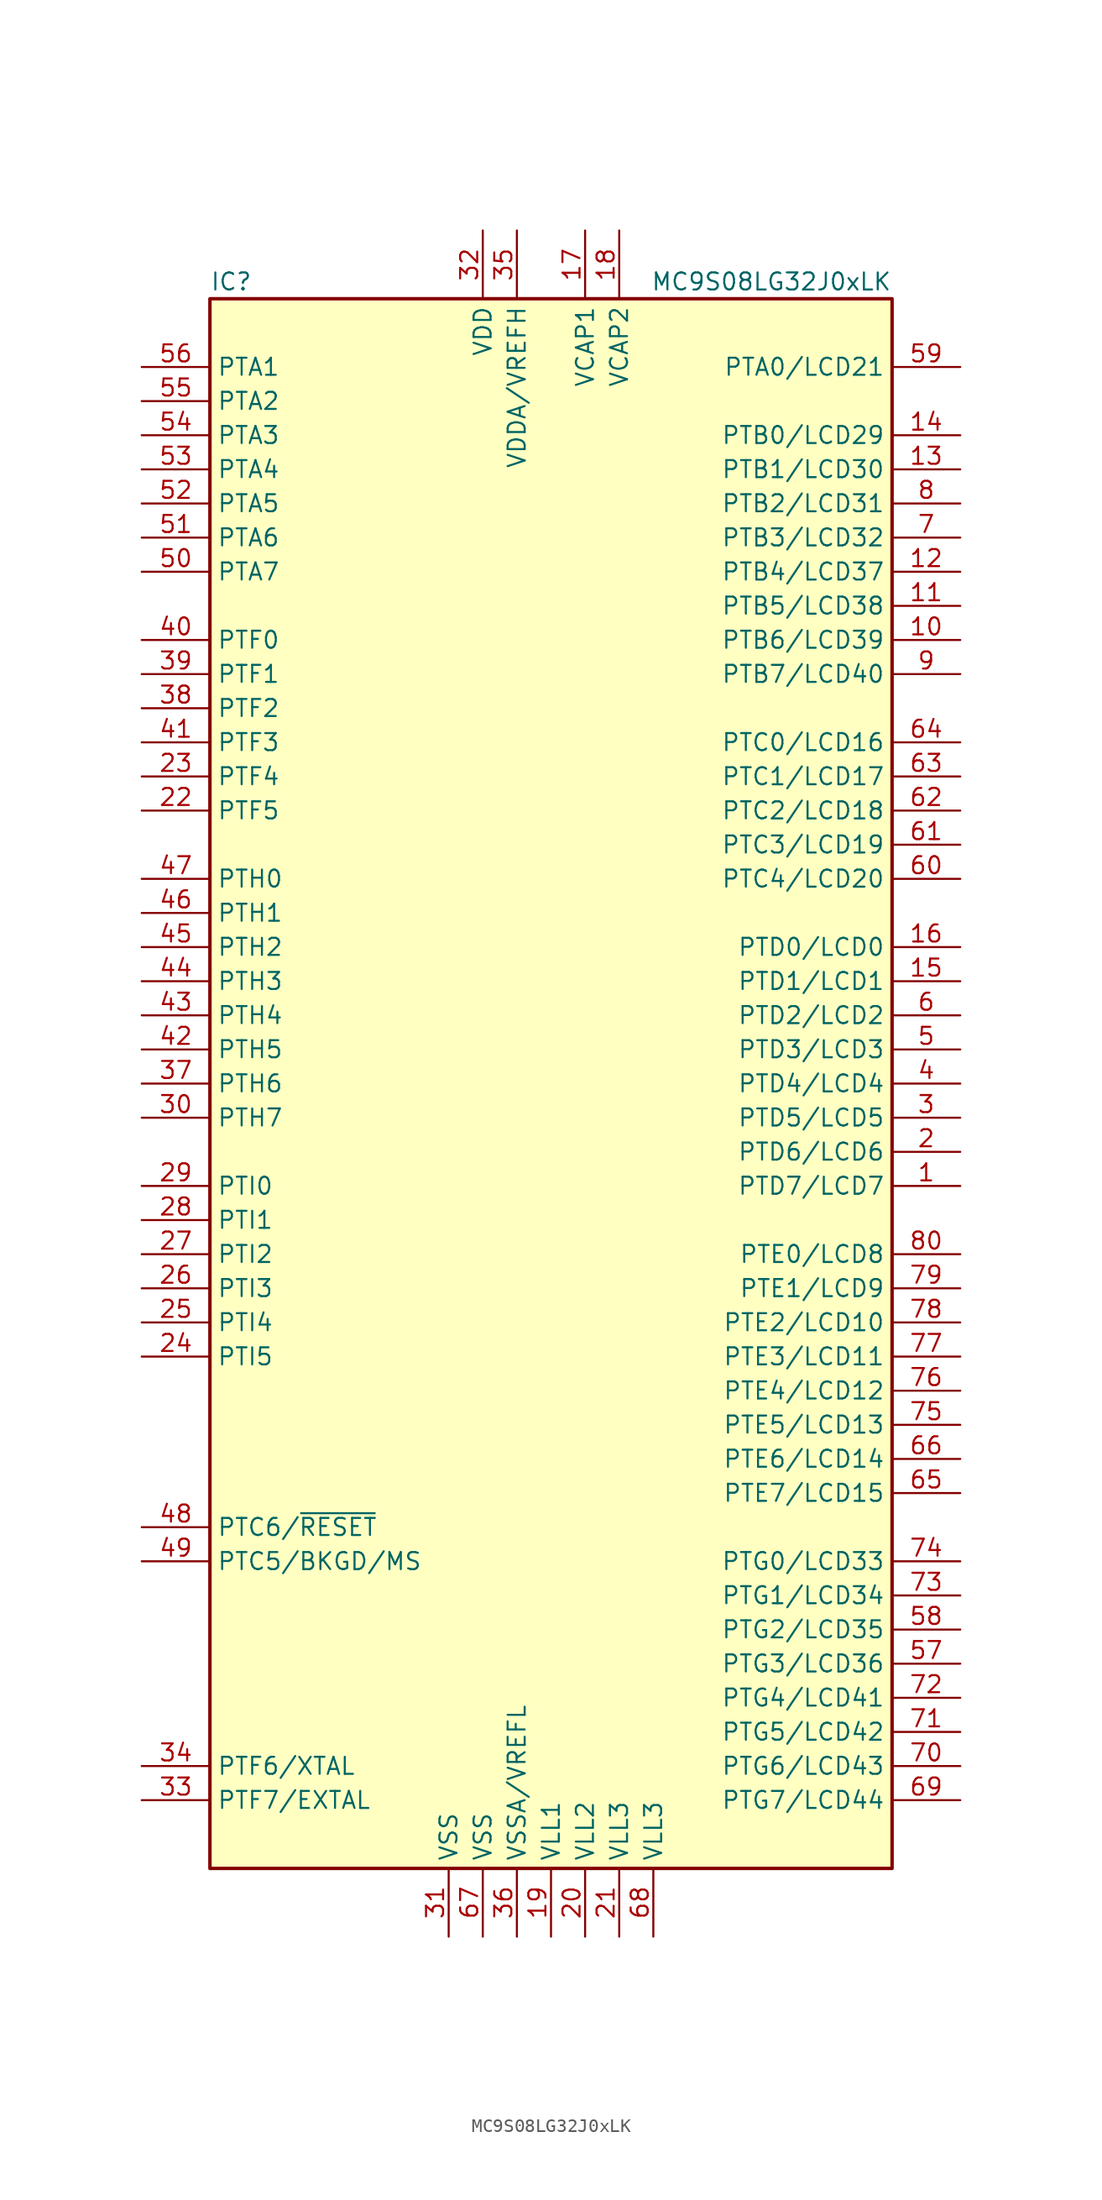
<source format=kicad_sym>
(kicad_symbol_lib
  (version 20201005)
  (generator kicad_symbol_editor)
  (symbol "MC9S08LG32J0xLK"
    (property "Reference" "IC"
      (at -25.4 59.69 0)
      (effects (font (size 1.27 1.27)) (justify left)))
    (property "Value" "MC9S08LG32J0xLK"
      (at 25.4 59.69 0)
      (effects (font (size 1.27 1.27)) (justify right)))
    (symbol "MC9S08LG32J0xLK_0_1"
      (rectangle (start -25.4 58.42) (end 25.4 -58.42) (stroke (width 0.254)) (fill (type background))))
    (symbol "MC9S08LG32J0xLK_1_1"
      (pin bidirectional line (at 30.48 -7.62 180) (length 5.08) (name "PTD7/LCD7" (effects (font (size 1.27 1.27)))) (number "1" (effects (font (size 1.27 1.27)))))
      (pin bidirectional line (at 30.48 33.02 180) (length 5.08) (name "PTB6/LCD39" (effects (font (size 1.27 1.27)))) (number "10" (effects (font (size 1.27 1.27)))))
      (pin bidirectional line (at 30.48 35.56 180) (length 5.08) (name "PTB5/LCD38" (effects (font (size 1.27 1.27)))) (number "11" (effects (font (size 1.27 1.27)))))
      (pin bidirectional line (at 30.48 38.1 180) (length 5.08) (name "PTB4/LCD37" (effects (font (size 1.27 1.27)))) (number "12" (effects (font (size 1.27 1.27)))))
      (pin bidirectional line (at 30.48 45.72 180) (length 5.08) (name "PTB1/LCD30" (effects (font (size 1.27 1.27)))) (number "13" (effects (font (size 1.27 1.27)))))
      (pin bidirectional line (at 30.48 48.26 180) (length 5.08) (name "PTB0/LCD29" (effects (font (size 1.27 1.27)))) (number "14" (effects (font (size 1.27 1.27)))))
      (pin bidirectional line (at 30.48 7.62 180) (length 5.08) (name "PTD1/LCD1" (effects (font (size 1.27 1.27)))) (number "15" (effects (font (size 1.27 1.27)))))
      (pin bidirectional line (at 30.48 10.16 180) (length 5.08) (name "PTD0/LCD0" (effects (font (size 1.27 1.27)))) (number "16" (effects (font (size 1.27 1.27)))))
      (pin power_in line (at 2.54 63.5 270) (length 5.08) (name "VCAP1" (effects (font (size 1.27 1.27)))) (number "17" (effects (font (size 1.27 1.27)))))
      (pin power_in line (at 5.08 63.5 270) (length 5.08) (name "VCAP2" (effects (font (size 1.27 1.27)))) (number "18" (effects (font (size 1.27 1.27)))))
      (pin power_in line (at 0 -63.5 90) (length 5.08) (name "VLL1" (effects (font (size 1.27 1.27)))) (number "19" (effects (font (size 1.27 1.27)))))
      (pin bidirectional line (at 30.48 -5.08 180) (length 5.08) (name "PTD6/LCD6" (effects (font (size 1.27 1.27)))) (number "2" (effects (font (size 1.27 1.27)))))
      (pin power_in line (at 2.54 -63.5 90) (length 5.08) (name "VLL2" (effects (font (size 1.27 1.27)))) (number "20" (effects (font (size 1.27 1.27)))))
      (pin power_in line (at 5.08 -63.5 90) (length 5.08) (name "VLL3" (effects (font (size 1.27 1.27)))) (number "21" (effects (font (size 1.27 1.27)))))
      (pin bidirectional line (at -30.48 20.32 0) (length 5.08) (name "PTF5" (effects (font (size 1.27 1.27)))) (number "22" (effects (font (size 1.27 1.27)))))
      (pin bidirectional line (at -30.48 22.86 0) (length 5.08) (name "PTF4" (effects (font (size 1.27 1.27)))) (number "23" (effects (font (size 1.27 1.27)))))
      (pin bidirectional line (at -30.48 -20.32 0) (length 5.08) (name "PTI5" (effects (font (size 1.27 1.27)))) (number "24" (effects (font (size 1.27 1.27)))))
      (pin bidirectional line (at -30.48 -17.78 0) (length 5.08) (name "PTI4" (effects (font (size 1.27 1.27)))) (number "25" (effects (font (size 1.27 1.27)))))
      (pin bidirectional line (at -30.48 -15.24 0) (length 5.08) (name "PTI3" (effects (font (size 1.27 1.27)))) (number "26" (effects (font (size 1.27 1.27)))))
      (pin bidirectional line (at -30.48 -12.7 0) (length 5.08) (name "PTI2" (effects (font (size 1.27 1.27)))) (number "27" (effects (font (size 1.27 1.27)))))
      (pin bidirectional line (at -30.48 -10.16 0) (length 5.08) (name "PTI1" (effects (font (size 1.27 1.27)))) (number "28" (effects (font (size 1.27 1.27)))))
      (pin bidirectional line (at -30.48 -7.62 0) (length 5.08) (name "PTI0" (effects (font (size 1.27 1.27)))) (number "29" (effects (font (size 1.27 1.27)))))
      (pin bidirectional line (at 30.48 -2.54 180) (length 5.08) (name "PTD5/LCD5" (effects (font (size 1.27 1.27)))) (number "3" (effects (font (size 1.27 1.27)))))
      (pin bidirectional line (at -30.48 -2.54 0) (length 5.08) (name "PTH7" (effects (font (size 1.27 1.27)))) (number "30" (effects (font (size 1.27 1.27)))))
      (pin power_in line (at -7.62 -63.5 90) (length 5.08) (name "VSS" (effects (font (size 1.27 1.27)))) (number "31" (effects (font (size 1.27 1.27)))))
      (pin power_in line (at -5.08 63.5 270) (length 5.08) (name "VDD" (effects (font (size 1.27 1.27)))) (number "32" (effects (font (size 1.27 1.27)))))
      (pin bidirectional line (at -30.48 -53.34 0) (length 5.08) (name "PTF7/EXTAL" (effects (font (size 1.27 1.27)))) (number "33" (effects (font (size 1.27 1.27)))))
      (pin bidirectional line (at -30.48 -50.8 0) (length 5.08) (name "PTF6/XTAL" (effects (font (size 1.27 1.27)))) (number "34" (effects (font (size 1.27 1.27)))))
      (pin power_in line (at -2.54 63.5 270) (length 5.08) (name "VDDA/VREFH" (effects (font (size 1.27 1.27)))) (number "35" (effects (font (size 1.27 1.27)))))
      (pin power_in line (at -2.54 -63.5 90) (length 5.08) (name "VSSA/VREFL" (effects (font (size 1.27 1.27)))) (number "36" (effects (font (size 1.27 1.27)))))
      (pin bidirectional line (at -30.48 0 0) (length 5.08) (name "PTH6" (effects (font (size 1.27 1.27)))) (number "37" (effects (font (size 1.27 1.27)))))
      (pin bidirectional line (at -30.48 27.94 0) (length 5.08) (name "PTF2" (effects (font (size 1.27 1.27)))) (number "38" (effects (font (size 1.27 1.27)))))
      (pin bidirectional line (at -30.48 30.48 0) (length 5.08) (name "PTF1" (effects (font (size 1.27 1.27)))) (number "39" (effects (font (size 1.27 1.27)))))
      (pin bidirectional line (at 30.48 0 180) (length 5.08) (name "PTD4/LCD4" (effects (font (size 1.27 1.27)))) (number "4" (effects (font (size 1.27 1.27)))))
      (pin bidirectional line (at -30.48 33.02 0) (length 5.08) (name "PTF0" (effects (font (size 1.27 1.27)))) (number "40" (effects (font (size 1.27 1.27)))))
      (pin bidirectional line (at -30.48 25.4 0) (length 5.08) (name "PTF3" (effects (font (size 1.27 1.27)))) (number "41" (effects (font (size 1.27 1.27)))))
      (pin bidirectional line (at -30.48 2.54 0) (length 5.08) (name "PTH5" (effects (font (size 1.27 1.27)))) (number "42" (effects (font (size 1.27 1.27)))))
      (pin bidirectional line (at -30.48 5.08 0) (length 5.08) (name "PTH4" (effects (font (size 1.27 1.27)))) (number "43" (effects (font (size 1.27 1.27)))))
      (pin bidirectional line (at -30.48 7.62 0) (length 5.08) (name "PTH3" (effects (font (size 1.27 1.27)))) (number "44" (effects (font (size 1.27 1.27)))))
      (pin bidirectional line (at -30.48 10.16 0) (length 5.08) (name "PTH2" (effects (font (size 1.27 1.27)))) (number "45" (effects (font (size 1.27 1.27)))))
      (pin bidirectional line (at -30.48 12.7 0) (length 5.08) (name "PTH1" (effects (font (size 1.27 1.27)))) (number "46" (effects (font (size 1.27 1.27)))))
      (pin bidirectional line (at -30.48 15.24 0) (length 5.08) (name "PTH0" (effects (font (size 1.27 1.27)))) (number "47" (effects (font (size 1.27 1.27)))))
      (pin bidirectional line (at -30.48 -33.02 0) (length 5.08) (name "PTC6/~RESET" (effects (font (size 1.27 1.27)))) (number "48" (effects (font (size 1.27 1.27)))))
      (pin bidirectional line (at -30.48 -35.56 0) (length 5.08) (name "PTC5/BKGD/MS" (effects (font (size 1.27 1.27)))) (number "49" (effects (font (size 1.27 1.27)))))
      (pin bidirectional line (at 30.48 2.54 180) (length 5.08) (name "PTD3/LCD3" (effects (font (size 1.27 1.27)))) (number "5" (effects (font (size 1.27 1.27)))))
      (pin bidirectional line (at -30.48 38.1 0) (length 5.08) (name "PTA7" (effects (font (size 1.27 1.27)))) (number "50" (effects (font (size 1.27 1.27)))))
      (pin bidirectional line (at -30.48 40.64 0) (length 5.08) (name "PTA6" (effects (font (size 1.27 1.27)))) (number "51" (effects (font (size 1.27 1.27)))))
      (pin bidirectional line (at -30.48 43.18 0) (length 5.08) (name "PTA5" (effects (font (size 1.27 1.27)))) (number "52" (effects (font (size 1.27 1.27)))))
      (pin bidirectional line (at -30.48 45.72 0) (length 5.08) (name "PTA4" (effects (font (size 1.27 1.27)))) (number "53" (effects (font (size 1.27 1.27)))))
      (pin bidirectional line (at -30.48 48.26 0) (length 5.08) (name "PTA3" (effects (font (size 1.27 1.27)))) (number "54" (effects (font (size 1.27 1.27)))))
      (pin bidirectional line (at -30.48 50.8 0) (length 5.08) (name "PTA2" (effects (font (size 1.27 1.27)))) (number "55" (effects (font (size 1.27 1.27)))))
      (pin bidirectional line (at -30.48 53.34 0) (length 5.08) (name "PTA1" (effects (font (size 1.27 1.27)))) (number "56" (effects (font (size 1.27 1.27)))))
      (pin bidirectional line (at 30.48 -43.18 180) (length 5.08) (name "PTG3/LCD36" (effects (font (size 1.27 1.27)))) (number "57" (effects (font (size 1.27 1.27)))))
      (pin bidirectional line (at 30.48 -40.64 180) (length 5.08) (name "PTG2/LCD35" (effects (font (size 1.27 1.27)))) (number "58" (effects (font (size 1.27 1.27)))))
      (pin bidirectional line (at 30.48 53.34 180) (length 5.08) (name "PTA0/LCD21" (effects (font (size 1.27 1.27)))) (number "59" (effects (font (size 1.27 1.27)))))
      (pin bidirectional line (at 30.48 5.08 180) (length 5.08) (name "PTD2/LCD2" (effects (font (size 1.27 1.27)))) (number "6" (effects (font (size 1.27 1.27)))))
      (pin bidirectional line (at 30.48 15.24 180) (length 5.08) (name "PTC4/LCD20" (effects (font (size 1.27 1.27)))) (number "60" (effects (font (size 1.27 1.27)))))
      (pin bidirectional line (at 30.48 17.78 180) (length 5.08) (name "PTC3/LCD19" (effects (font (size 1.27 1.27)))) (number "61" (effects (font (size 1.27 1.27)))))
      (pin bidirectional line (at 30.48 20.32 180) (length 5.08) (name "PTC2/LCD18" (effects (font (size 1.27 1.27)))) (number "62" (effects (font (size 1.27 1.27)))))
      (pin bidirectional line (at 30.48 22.86 180) (length 5.08) (name "PTC1/LCD17" (effects (font (size 1.27 1.27)))) (number "63" (effects (font (size 1.27 1.27)))))
      (pin bidirectional line (at 30.48 25.4 180) (length 5.08) (name "PTC0/LCD16" (effects (font (size 1.27 1.27)))) (number "64" (effects (font (size 1.27 1.27)))))
      (pin bidirectional line (at 30.48 -30.48 180) (length 5.08) (name "PTE7/LCD15" (effects (font (size 1.27 1.27)))) (number "65" (effects (font (size 1.27 1.27)))))
      (pin bidirectional line (at 30.48 -27.94 180) (length 5.08) (name "PTE6/LCD14" (effects (font (size 1.27 1.27)))) (number "66" (effects (font (size 1.27 1.27)))))
      (pin power_in line (at -5.08 -63.5 90) (length 5.08) (name "VSS" (effects (font (size 1.27 1.27)))) (number "67" (effects (font (size 1.27 1.27)))))
      (pin power_in line (at 7.62 -63.5 90) (length 5.08) (name "VLL3" (effects (font (size 1.27 1.27)))) (number "68" (effects (font (size 1.27 1.27)))))
      (pin bidirectional line (at 30.48 -53.34 180) (length 5.08) (name "PTG7/LCD44" (effects (font (size 1.27 1.27)))) (number "69" (effects (font (size 1.27 1.27)))))
      (pin bidirectional line (at 30.48 40.64 180) (length 5.08) (name "PTB3/LCD32" (effects (font (size 1.27 1.27)))) (number "7" (effects (font (size 1.27 1.27)))))
      (pin bidirectional line (at 30.48 -50.8 180) (length 5.08) (name "PTG6/LCD43" (effects (font (size 1.27 1.27)))) (number "70" (effects (font (size 1.27 1.27)))))
      (pin bidirectional line (at 30.48 -48.26 180) (length 5.08) (name "PTG5/LCD42" (effects (font (size 1.27 1.27)))) (number "71" (effects (font (size 1.27 1.27)))))
      (pin bidirectional line (at 30.48 -45.72 180) (length 5.08) (name "PTG4/LCD41" (effects (font (size 1.27 1.27)))) (number "72" (effects (font (size 1.27 1.27)))))
      (pin bidirectional line (at 30.48 -38.1 180) (length 5.08) (name "PTG1/LCD34" (effects (font (size 1.27 1.27)))) (number "73" (effects (font (size 1.27 1.27)))))
      (pin bidirectional line (at 30.48 -35.56 180) (length 5.08) (name "PTG0/LCD33" (effects (font (size 1.27 1.27)))) (number "74" (effects (font (size 1.27 1.27)))))
      (pin bidirectional line (at 30.48 -25.4 180) (length 5.08) (name "PTE5/LCD13" (effects (font (size 1.27 1.27)))) (number "75" (effects (font (size 1.27 1.27)))))
      (pin bidirectional line (at 30.48 -22.86 180) (length 5.08) (name "PTE4/LCD12" (effects (font (size 1.27 1.27)))) (number "76" (effects (font (size 1.27 1.27)))))
      (pin bidirectional line (at 30.48 -20.32 180) (length 5.08) (name "PTE3/LCD11" (effects (font (size 1.27 1.27)))) (number "77" (effects (font (size 1.27 1.27)))))
      (pin bidirectional line (at 30.48 -17.78 180) (length 5.08) (name "PTE2/LCD10" (effects (font (size 1.27 1.27)))) (number "78" (effects (font (size 1.27 1.27)))))
      (pin bidirectional line (at 30.48 -15.24 180) (length 5.08) (name "PTE1/LCD9" (effects (font (size 1.27 1.27)))) (number "79" (effects (font (size 1.27 1.27)))))
      (pin bidirectional line (at 30.48 43.18 180) (length 5.08) (name "PTB2/LCD31" (effects (font (size 1.27 1.27)))) (number "8" (effects (font (size 1.27 1.27)))))
      (pin bidirectional line (at 30.48 -12.7 180) (length 5.08) (name "PTE0/LCD8" (effects (font (size 1.27 1.27)))) (number "80" (effects (font (size 1.27 1.27)))))
      (pin bidirectional line (at 30.48 30.48 180) (length 5.08) (name "PTB7/LCD40" (effects (font (size 1.27 1.27)))) (number "9" (effects (font (size 1.27 1.27))))))))
</source>
